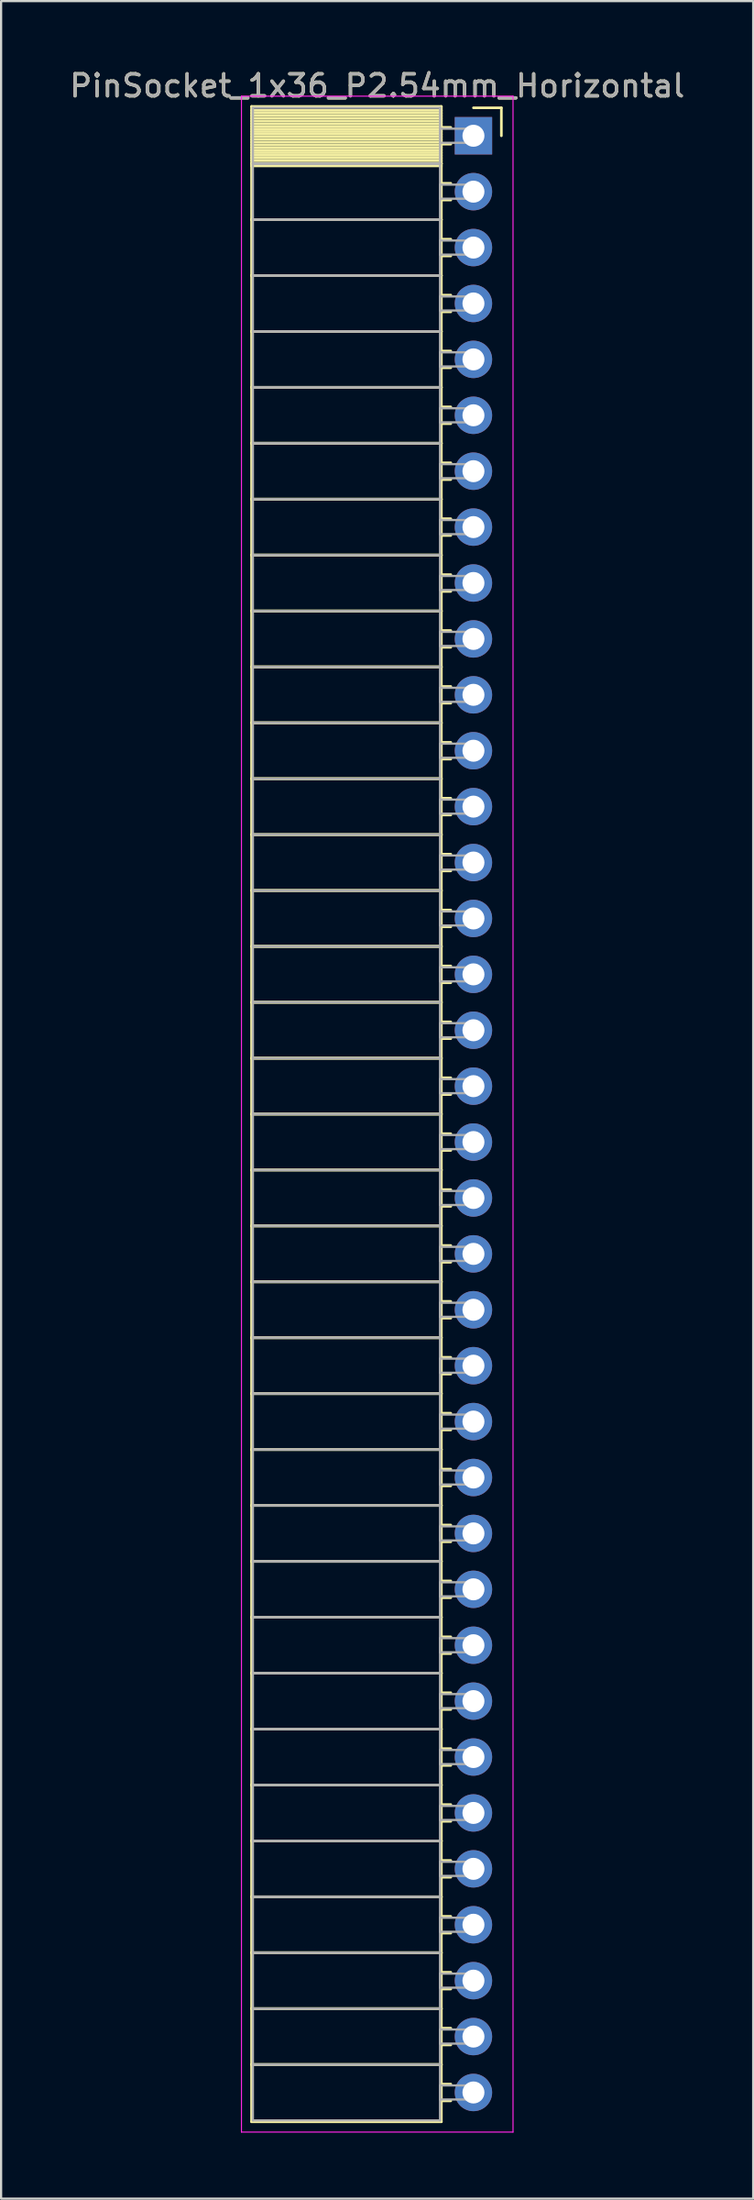
<source format=kicad_pcb>
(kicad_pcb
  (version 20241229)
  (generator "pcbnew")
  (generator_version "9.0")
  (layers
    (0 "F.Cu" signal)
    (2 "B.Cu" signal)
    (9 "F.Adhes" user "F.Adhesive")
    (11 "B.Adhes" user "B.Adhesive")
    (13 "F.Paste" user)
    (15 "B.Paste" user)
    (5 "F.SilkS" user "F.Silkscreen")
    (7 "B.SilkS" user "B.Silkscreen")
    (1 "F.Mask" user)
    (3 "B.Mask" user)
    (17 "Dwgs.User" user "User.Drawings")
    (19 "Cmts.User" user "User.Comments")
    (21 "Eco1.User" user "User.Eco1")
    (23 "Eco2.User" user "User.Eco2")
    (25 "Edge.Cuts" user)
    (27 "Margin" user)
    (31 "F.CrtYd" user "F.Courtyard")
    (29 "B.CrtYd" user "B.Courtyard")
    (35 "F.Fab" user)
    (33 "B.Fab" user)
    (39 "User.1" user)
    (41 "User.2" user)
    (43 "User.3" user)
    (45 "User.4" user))
  (footprint "PinSocket_1x36_P2.54mm_Horizontal"
    (layer "F.Cu")
    (at 18.481 3.118)
    (property "Reference" "PinSocket_1x36_P2.54mm_Horizontal" (at -4.38 -2.27 0) (layer "F.SilkS") (effects (font (size 1 1) (thickness 0.15))))
    (attr through_hole)
    (fp_line (start -10.09 -1.33) (end -1.46 -1.33) (stroke (width 0.12) (type solid)) (layer "F.SilkS"))
    (fp_line (start -10.09 1.27) (end -10.09 -1.33) (stroke (width 0.12) (type solid)) (layer "F.SilkS"))
    (fp_line (start -10.09 1.27) (end -1.46 1.27) (stroke (width 0.12) (type solid)) (layer "F.SilkS"))
    (fp_line (start -10.09 3.81) (end -10.09 1.27) (stroke (width 0.12) (type solid)) (layer "F.SilkS"))
    (fp_line (start -10.09 3.81) (end -1.46 3.81) (stroke (width 0.12) (type solid)) (layer "F.SilkS"))
    (fp_line (start -10.09 6.35) (end -10.09 3.81) (stroke (width 0.12) (type solid)) (layer "F.SilkS"))
    (fp_line (start -10.09 6.35) (end -1.46 6.35) (stroke (width 0.12) (type solid)) (layer "F.SilkS"))
    (fp_line (start -10.09 8.89) (end -10.09 6.35) (stroke (width 0.12) (type solid)) (layer "F.SilkS"))
    (fp_line (start -10.09 8.89) (end -1.46 8.89) (stroke (width 0.12) (type solid)) (layer "F.SilkS"))
    (fp_line (start -10.09 11.43) (end -10.09 8.89) (stroke (width 0.12) (type solid)) (layer "F.SilkS"))
    (fp_line (start -10.09 11.43) (end -1.46 11.43) (stroke (width 0.12) (type solid)) (layer "F.SilkS"))
    (fp_line (start -10.09 13.97) (end -10.09 11.43) (stroke (width 0.12) (type solid)) (layer "F.SilkS"))
    (fp_line (start -10.09 13.97) (end -1.46 13.97) (stroke (width 0.12) (type solid)) (layer "F.SilkS"))
    (fp_line (start -10.09 16.51) (end -10.09 13.97) (stroke (width 0.12) (type solid)) (layer "F.SilkS"))
    (fp_line (start -10.09 16.51) (end -1.46 16.51) (stroke (width 0.12) (type solid)) (layer "F.SilkS"))
    (fp_line (start -10.09 19.05) (end -10.09 16.51) (stroke (width 0.12) (type solid)) (layer "F.SilkS"))
    (fp_line (start -10.09 19.05) (end -1.46 19.05) (stroke (width 0.12) (type solid)) (layer "F.SilkS"))
    (fp_line (start -10.09 21.59) (end -10.09 19.05) (stroke (width 0.12) (type solid)) (layer "F.SilkS"))
    (fp_line (start -10.09 21.59) (end -1.46 21.59) (stroke (width 0.12) (type solid)) (layer "F.SilkS"))
    (fp_line (start -10.09 24.13) (end -10.09 21.59) (stroke (width 0.12) (type solid)) (layer "F.SilkS"))
    (fp_line (start -10.09 24.13) (end -1.46 24.13) (stroke (width 0.12) (type solid)) (layer "F.SilkS"))
    (fp_line (start -10.09 26.67) (end -10.09 24.13) (stroke (width 0.12) (type solid)) (layer "F.SilkS"))
    (fp_line (start -10.09 26.67) (end -1.46 26.67) (stroke (width 0.12) (type solid)) (layer "F.SilkS"))
    (fp_line (start -10.09 29.21) (end -10.09 26.67) (stroke (width 0.12) (type solid)) (layer "F.SilkS"))
    (fp_line (start -10.09 29.21) (end -1.46 29.21) (stroke (width 0.12) (type solid)) (layer "F.SilkS"))
    (fp_line (start -10.09 31.75) (end -10.09 29.21) (stroke (width 0.12) (type solid)) (layer "F.SilkS"))
    (fp_line (start -10.09 31.75) (end -1.46 31.75) (stroke (width 0.12) (type solid)) (layer "F.SilkS"))
    (fp_line (start -10.09 34.29) (end -10.09 31.75) (stroke (width 0.12) (type solid)) (layer "F.SilkS"))
    (fp_line (start -10.09 34.29) (end -1.46 34.29) (stroke (width 0.12) (type solid)) (layer "F.SilkS"))
    (fp_line (start -10.09 36.83) (end -10.09 34.29) (stroke (width 0.12) (type solid)) (layer "F.SilkS"))
    (fp_line (start -10.09 36.83) (end -1.46 36.83) (stroke (width 0.12) (type solid)) (layer "F.SilkS"))
    (fp_line (start -10.09 39.37) (end -10.09 36.83) (stroke (width 0.12) (type solid)) (layer "F.SilkS"))
    (fp_line (start -10.09 39.37) (end -1.46 39.37) (stroke (width 0.12) (type solid)) (layer "F.SilkS"))
    (fp_line (start -10.09 41.91) (end -10.09 39.37) (stroke (width 0.12) (type solid)) (layer "F.SilkS"))
    (fp_line (start -10.09 41.91) (end -1.46 41.91) (stroke (width 0.12) (type solid)) (layer "F.SilkS"))
    (fp_line (start -10.09 44.45) (end -10.09 41.91) (stroke (width 0.12) (type solid)) (layer "F.SilkS"))
    (fp_line (start -10.09 44.45) (end -1.46 44.45) (stroke (width 0.12) (type solid)) (layer "F.SilkS"))
    (fp_line (start -10.09 46.99) (end -10.09 44.45) (stroke (width 0.12) (type solid)) (layer "F.SilkS"))
    (fp_line (start -10.09 46.99) (end -1.46 46.99) (stroke (width 0.12) (type solid)) (layer "F.SilkS"))
    (fp_line (start -10.09 49.53) (end -10.09 46.99) (stroke (width 0.12) (type solid)) (layer "F.SilkS"))
    (fp_line (start -10.09 49.53) (end -1.46 49.53) (stroke (width 0.12) (type solid)) (layer "F.SilkS"))
    (fp_line (start -10.09 52.07) (end -10.09 49.53) (stroke (width 0.12) (type solid)) (layer "F.SilkS"))
    (fp_line (start -10.09 52.07) (end -1.46 52.07) (stroke (width 0.12) (type solid)) (layer "F.SilkS"))
    (fp_line (start -10.09 54.61) (end -10.09 52.07) (stroke (width 0.12) (type solid)) (layer "F.SilkS"))
    (fp_line (start -10.09 54.61) (end -1.46 54.61) (stroke (width 0.12) (type solid)) (layer "F.SilkS"))
    (fp_line (start -10.09 57.15) (end -10.09 54.61) (stroke (width 0.12) (type solid)) (layer "F.SilkS"))
    (fp_line (start -10.09 57.15) (end -1.46 57.15) (stroke (width 0.12) (type solid)) (layer "F.SilkS"))
    (fp_line (start -10.09 59.69) (end -10.09 57.15) (stroke (width 0.12) (type solid)) (layer "F.SilkS"))
    (fp_line (start -10.09 59.69) (end -1.46 59.69) (stroke (width 0.12) (type solid)) (layer "F.SilkS"))
    (fp_line (start -10.09 62.23) (end -10.09 59.69) (stroke (width 0.12) (type solid)) (layer "F.SilkS"))
    (fp_line (start -10.09 62.23) (end -1.46 62.23) (stroke (width 0.12) (type solid)) (layer "F.SilkS"))
    (fp_line (start -10.09 64.77) (end -10.09 62.23) (stroke (width 0.12) (type solid)) (layer "F.SilkS"))
    (fp_line (start -10.09 64.77) (end -1.46 64.77) (stroke (width 0.12) (type solid)) (layer "F.SilkS"))
    (fp_line (start -10.09 67.31) (end -10.09 64.77) (stroke (width 0.12) (type solid)) (layer "F.SilkS"))
    (fp_line (start -10.09 67.31) (end -1.46 67.31) (stroke (width 0.12) (type solid)) (layer "F.SilkS"))
    (fp_line (start -10.09 69.85) (end -10.09 67.31) (stroke (width 0.12) (type solid)) (layer "F.SilkS"))
    (fp_line (start -10.09 69.85) (end -1.46 69.85) (stroke (width 0.12) (type solid)) (layer "F.SilkS"))
    (fp_line (start -10.09 72.39) (end -10.09 69.85) (stroke (width 0.12) (type solid)) (layer "F.SilkS"))
    (fp_line (start -10.09 72.39) (end -1.46 72.39) (stroke (width 0.12) (type solid)) (layer "F.SilkS"))
    (fp_line (start -10.09 74.93) (end -10.09 72.39) (stroke (width 0.12) (type solid)) (layer "F.SilkS"))
    (fp_line (start -10.09 74.93) (end -1.46 74.93) (stroke (width 0.12) (type solid)) (layer "F.SilkS"))
    (fp_line (start -10.09 77.47) (end -10.09 74.93) (stroke (width 0.12) (type solid)) (layer "F.SilkS"))
    (fp_line (start -10.09 77.47) (end -1.46 77.47) (stroke (width 0.12) (type solid)) (layer "F.SilkS"))
    (fp_line (start -10.09 80.01) (end -10.09 77.47) (stroke (width 0.12) (type solid)) (layer "F.SilkS"))
    (fp_line (start -10.09 80.01) (end -1.46 80.01) (stroke (width 0.12) (type solid)) (layer "F.SilkS"))
    (fp_line (start -10.09 82.55) (end -10.09 80.01) (stroke (width 0.12) (type solid)) (layer "F.SilkS"))
    (fp_line (start -10.09 82.55) (end -1.46 82.55) (stroke (width 0.12) (type solid)) (layer "F.SilkS"))
    (fp_line (start -10.09 85.09) (end -10.09 82.55) (stroke (width 0.12) (type solid)) (layer "F.SilkS"))
    (fp_line (start -10.09 85.09) (end -1.46 85.09) (stroke (width 0.12) (type solid)) (layer "F.SilkS"))
    (fp_line (start -10.09 87.63) (end -10.09 85.09) (stroke (width 0.12) (type solid)) (layer "F.SilkS"))
    (fp_line (start -10.09 87.63) (end -1.46 87.63) (stroke (width 0.12) (type solid)) (layer "F.SilkS"))
    (fp_line (start -10.09 90.23) (end -10.09 87.63) (stroke (width 0.12) (type solid)) (layer "F.SilkS"))
    (fp_line (start -1.46 -1.33) (end -1.46 1.27) (stroke (width 0.12) (type solid)) (layer "F.SilkS"))
    (fp_line (start -1.46 -1.15) (end -10.09 -1.15) (stroke (width 0.12) (type solid)) (layer "F.SilkS"))
    (fp_line (start -1.46 -1.03) (end -10.09 -1.03) (stroke (width 0.12) (type solid)) (layer "F.SilkS"))
    (fp_line (start -1.46 -0.91) (end -10.09 -0.91) (stroke (width 0.12) (type solid)) (layer "F.SilkS"))
    (fp_line (start -1.46 -0.79) (end -10.09 -0.79) (stroke (width 0.12) (type solid)) (layer "F.SilkS"))
    (fp_line (start -1.46 -0.67) (end -10.09 -0.67) (stroke (width 0.12) (type solid)) (layer "F.SilkS"))
    (fp_line (start -1.46 -0.55) (end -10.09 -0.55) (stroke (width 0.12) (type solid)) (layer "F.SilkS"))
    (fp_line (start -1.46 -0.43) (end -10.09 -0.43) (stroke (width 0.12) (type solid)) (layer "F.SilkS"))
    (fp_line (start -1.46 -0.31) (end -10.09 -0.31) (stroke (width 0.12) (type solid)) (layer "F.SilkS"))
    (fp_line (start -1.46 -0.19) (end -10.09 -0.19) (stroke (width 0.12) (type solid)) (layer "F.SilkS"))
    (fp_line (start -1.46 -0.07) (end -10.09 -0.07) (stroke (width 0.12) (type solid)) (layer "F.SilkS"))
    (fp_line (start -1.46 0.05) (end -10.09 0.05) (stroke (width 0.12) (type solid)) (layer "F.SilkS"))
    (fp_line (start -1.46 0.17) (end -10.09 0.17) (stroke (width 0.12) (type solid)) (layer "F.SilkS"))
    (fp_line (start -1.46 0.29) (end -10.09 0.29) (stroke (width 0.12) (type solid)) (layer "F.SilkS"))
    (fp_line (start -1.46 0.41) (end -10.09 0.41) (stroke (width 0.12) (type solid)) (layer "F.SilkS"))
    (fp_line (start -1.46 0.53) (end -10.09 0.53) (stroke (width 0.12) (type solid)) (layer "F.SilkS"))
    (fp_line (start -1.46 0.65) (end -10.09 0.65) (stroke (width 0.12) (type solid)) (layer "F.SilkS"))
    (fp_line (start -1.46 0.77) (end -10.09 0.77) (stroke (width 0.12) (type solid)) (layer "F.SilkS"))
    (fp_line (start -1.46 0.89) (end -10.09 0.89) (stroke (width 0.12) (type solid)) (layer "F.SilkS"))
    (fp_line (start -1.46 1.01) (end -10.09 1.01) (stroke (width 0.12) (type solid)) (layer "F.SilkS"))
    (fp_line (start -1.46 1.13) (end -10.09 1.13) (stroke (width 0.12) (type solid)) (layer "F.SilkS"))
    (fp_line (start -1.46 1.25) (end -10.09 1.25) (stroke (width 0.12) (type solid)) (layer "F.SilkS"))
    (fp_line (start -1.46 1.27) (end -10.09 1.27) (stroke (width 0.12) (type solid)) (layer "F.SilkS"))
    (fp_line (start -1.46 1.27) (end -1.46 3.81) (stroke (width 0.12) (type solid)) (layer "F.SilkS"))
    (fp_line (start -1.46 1.37) (end -10.09 1.37) (stroke (width 0.12) (type solid)) (layer "F.SilkS"))
    (fp_line (start -1.46 3.81) (end -10.09 3.81) (stroke (width 0.12) (type solid)) (layer "F.SilkS"))
    (fp_line (start -1.46 3.81) (end -1.46 6.35) (stroke (width 0.12) (type solid)) (layer "F.SilkS"))
    (fp_line (start -1.46 6.35) (end -10.09 6.35) (stroke (width 0.12) (type solid)) (layer "F.SilkS"))
    (fp_line (start -1.46 6.35) (end -1.46 8.89) (stroke (width 0.12) (type solid)) (layer "F.SilkS"))
    (fp_line (start -1.46 8.89) (end -10.09 8.89) (stroke (width 0.12) (type solid)) (layer "F.SilkS"))
    (fp_line (start -1.46 8.89) (end -1.46 11.43) (stroke (width 0.12) (type solid)) (layer "F.SilkS"))
    (fp_line (start -1.46 11.43) (end -10.09 11.43) (stroke (width 0.12) (type solid)) (layer "F.SilkS"))
    (fp_line (start -1.46 11.43) (end -1.46 13.97) (stroke (width 0.12) (type solid)) (layer "F.SilkS"))
    (fp_line (start -1.46 13.97) (end -10.09 13.97) (stroke (width 0.12) (type solid)) (layer "F.SilkS"))
    (fp_line (start -1.46 13.97) (end -1.46 16.51) (stroke (width 0.12) (type solid)) (layer "F.SilkS"))
    (fp_line (start -1.46 16.51) (end -10.09 16.51) (stroke (width 0.12) (type solid)) (layer "F.SilkS"))
    (fp_line (start -1.46 16.51) (end -1.46 19.05) (stroke (width 0.12) (type solid)) (layer "F.SilkS"))
    (fp_line (start -1.46 19.05) (end -10.09 19.05) (stroke (width 0.12) (type solid)) (layer "F.SilkS"))
    (fp_line (start -1.46 19.05) (end -1.46 21.59) (stroke (width 0.12) (type solid)) (layer "F.SilkS"))
    (fp_line (start -1.46 21.59) (end -10.09 21.59) (stroke (width 0.12) (type solid)) (layer "F.SilkS"))
    (fp_line (start -1.46 21.59) (end -1.46 24.13) (stroke (width 0.12) (type solid)) (layer "F.SilkS"))
    (fp_line (start -1.46 24.13) (end -10.09 24.13) (stroke (width 0.12) (type solid)) (layer "F.SilkS"))
    (fp_line (start -1.46 24.13) (end -1.46 26.67) (stroke (width 0.12) (type solid)) (layer "F.SilkS"))
    (fp_line (start -1.46 26.67) (end -10.09 26.67) (stroke (width 0.12) (type solid)) (layer "F.SilkS"))
    (fp_line (start -1.46 26.67) (end -1.46 29.21) (stroke (width 0.12) (type solid)) (layer "F.SilkS"))
    (fp_line (start -1.46 29.21) (end -10.09 29.21) (stroke (width 0.12) (type solid)) (layer "F.SilkS"))
    (fp_line (start -1.46 29.21) (end -1.46 31.75) (stroke (width 0.12) (type solid)) (layer "F.SilkS"))
    (fp_line (start -1.46 31.75) (end -10.09 31.75) (stroke (width 0.12) (type solid)) (layer "F.SilkS"))
    (fp_line (start -1.46 31.75) (end -1.46 34.29) (stroke (width 0.12) (type solid)) (layer "F.SilkS"))
    (fp_line (start -1.46 34.29) (end -10.09 34.29) (stroke (width 0.12) (type solid)) (layer "F.SilkS"))
    (fp_line (start -1.46 34.29) (end -1.46 36.83) (stroke (width 0.12) (type solid)) (layer "F.SilkS"))
    (fp_line (start -1.46 36.83) (end -10.09 36.83) (stroke (width 0.12) (type solid)) (layer "F.SilkS"))
    (fp_line (start -1.46 36.83) (end -1.46 39.37) (stroke (width 0.12) (type solid)) (layer "F.SilkS"))
    (fp_line (start -1.46 39.37) (end -10.09 39.37) (stroke (width 0.12) (type solid)) (layer "F.SilkS"))
    (fp_line (start -1.46 39.37) (end -1.46 41.91) (stroke (width 0.12) (type solid)) (layer "F.SilkS"))
    (fp_line (start -1.46 41.91) (end -10.09 41.91) (stroke (width 0.12) (type solid)) (layer "F.SilkS"))
    (fp_line (start -1.46 41.91) (end -1.46 44.45) (stroke (width 0.12) (type solid)) (layer "F.SilkS"))
    (fp_line (start -1.46 44.45) (end -10.09 44.45) (stroke (width 0.12) (type solid)) (layer "F.SilkS"))
    (fp_line (start -1.46 44.45) (end -1.46 46.99) (stroke (width 0.12) (type solid)) (layer "F.SilkS"))
    (fp_line (start -1.46 46.99) (end -10.09 46.99) (stroke (width 0.12) (type solid)) (layer "F.SilkS"))
    (fp_line (start -1.46 46.99) (end -1.46 49.53) (stroke (width 0.12) (type solid)) (layer "F.SilkS"))
    (fp_line (start -1.46 49.53) (end -10.09 49.53) (stroke (width 0.12) (type solid)) (layer "F.SilkS"))
    (fp_line (start -1.46 49.53) (end -1.46 52.07) (stroke (width 0.12) (type solid)) (layer "F.SilkS"))
    (fp_line (start -1.46 52.07) (end -10.09 52.07) (stroke (width 0.12) (type solid)) (layer "F.SilkS"))
    (fp_line (start -1.46 52.07) (end -1.46 54.61) (stroke (width 0.12) (type solid)) (layer "F.SilkS"))
    (fp_line (start -1.46 54.61) (end -10.09 54.61) (stroke (width 0.12) (type solid)) (layer "F.SilkS"))
    (fp_line (start -1.46 54.61) (end -1.46 57.15) (stroke (width 0.12) (type solid)) (layer "F.SilkS"))
    (fp_line (start -1.46 57.15) (end -10.09 57.15) (stroke (width 0.12) (type solid)) (layer "F.SilkS"))
    (fp_line (start -1.46 57.15) (end -1.46 59.69) (stroke (width 0.12) (type solid)) (layer "F.SilkS"))
    (fp_line (start -1.46 59.69) (end -10.09 59.69) (stroke (width 0.12) (type solid)) (layer "F.SilkS"))
    (fp_line (start -1.46 59.69) (end -1.46 62.23) (stroke (width 0.12) (type solid)) (layer "F.SilkS"))
    (fp_line (start -1.46 62.23) (end -10.09 62.23) (stroke (width 0.12) (type solid)) (layer "F.SilkS"))
    (fp_line (start -1.46 62.23) (end -1.46 64.77) (stroke (width 0.12) (type solid)) (layer "F.SilkS"))
    (fp_line (start -1.46 64.77) (end -10.09 64.77) (stroke (width 0.12) (type solid)) (layer "F.SilkS"))
    (fp_line (start -1.46 64.77) (end -1.46 67.31) (stroke (width 0.12) (type solid)) (layer "F.SilkS"))
    (fp_line (start -1.46 67.31) (end -10.09 67.31) (stroke (width 0.12) (type solid)) (layer "F.SilkS"))
    (fp_line (start -1.46 67.31) (end -1.46 69.85) (stroke (width 0.12) (type solid)) (layer "F.SilkS"))
    (fp_line (start -1.46 69.85) (end -10.09 69.85) (stroke (width 0.12) (type solid)) (layer "F.SilkS"))
    (fp_line (start -1.46 69.85) (end -1.46 72.39) (stroke (width 0.12) (type solid)) (layer "F.SilkS"))
    (fp_line (start -1.46 72.39) (end -10.09 72.39) (stroke (width 0.12) (type solid)) (layer "F.SilkS"))
    (fp_line (start -1.46 72.39) (end -1.46 74.93) (stroke (width 0.12) (type solid)) (layer "F.SilkS"))
    (fp_line (start -1.46 74.93) (end -10.09 74.93) (stroke (width 0.12) (type solid)) (layer "F.SilkS"))
    (fp_line (start -1.46 74.93) (end -1.46 77.47) (stroke (width 0.12) (type solid)) (layer "F.SilkS"))
    (fp_line (start -1.46 77.47) (end -10.09 77.47) (stroke (width 0.12) (type solid)) (layer "F.SilkS"))
    (fp_line (start -1.46 77.47) (end -1.46 80.01) (stroke (width 0.12) (type solid)) (layer "F.SilkS"))
    (fp_line (start -1.46 80.01) (end -10.09 80.01) (stroke (width 0.12) (type solid)) (layer "F.SilkS"))
    (fp_line (start -1.46 80.01) (end -1.46 82.55) (stroke (width 0.12) (type solid)) (layer "F.SilkS"))
    (fp_line (start -1.46 82.55) (end -10.09 82.55) (stroke (width 0.12) (type solid)) (layer "F.SilkS"))
    (fp_line (start -1.46 82.55) (end -1.46 85.09) (stroke (width 0.12) (type solid)) (layer "F.SilkS"))
    (fp_line (start -1.46 85.09) (end -10.09 85.09) (stroke (width 0.12) (type solid)) (layer "F.SilkS"))
    (fp_line (start -1.46 85.09) (end -1.46 87.63) (stroke (width 0.12) (type solid)) (layer "F.SilkS"))
    (fp_line (start -1.46 87.63) (end -10.09 87.63) (stroke (width 0.12) (type solid)) (layer "F.SilkS"))
    (fp_line (start -1.46 87.63) (end -1.46 90.23) (stroke (width 0.12) (type solid)) (layer "F.SilkS"))
    (fp_line (start -1.46 90.23) (end -10.09 90.23) (stroke (width 0.12) (type solid)) (layer "F.SilkS"))
    (fp_line (start -1.03 -0.38) (end -1.46 -0.38) (stroke (width 0.12) (type solid)) (layer "F.SilkS"))
    (fp_line (start -1.03 0.38) (end -1.46 0.38) (stroke (width 0.12) (type solid)) (layer "F.SilkS"))
    (fp_line (start -1.03 2.16) (end -1.46 2.16) (stroke (width 0.12) (type solid)) (layer "F.SilkS"))
    (fp_line (start -1.03 2.92) (end -1.46 2.92) (stroke (width 0.12) (type solid)) (layer "F.SilkS"))
    (fp_line (start -1.03 4.7) (end -1.46 4.7) (stroke (width 0.12) (type solid)) (layer "F.SilkS"))
    (fp_line (start -1.03 5.46) (end -1.46 5.46) (stroke (width 0.12) (type solid)) (layer "F.SilkS"))
    (fp_line (start -1.03 7.24) (end -1.46 7.24) (stroke (width 0.12) (type solid)) (layer "F.SilkS"))
    (fp_line (start -1.03 8) (end -1.46 8) (stroke (width 0.12) (type solid)) (layer "F.SilkS"))
    (fp_line (start -1.03 9.78) (end -1.46 9.78) (stroke (width 0.12) (type solid)) (layer "F.SilkS"))
    (fp_line (start -1.03 10.54) (end -1.46 10.54) (stroke (width 0.12) (type solid)) (layer "F.SilkS"))
    (fp_line (start -1.03 12.32) (end -1.46 12.32) (stroke (width 0.12) (type solid)) (layer "F.SilkS"))
    (fp_line (start -1.03 13.08) (end -1.46 13.08) (stroke (width 0.12) (type solid)) (layer "F.SilkS"))
    (fp_line (start -1.03 14.86) (end -1.46 14.86) (stroke (width 0.12) (type solid)) (layer "F.SilkS"))
    (fp_line (start -1.03 15.62) (end -1.46 15.62) (stroke (width 0.12) (type solid)) (layer "F.SilkS"))
    (fp_line (start -1.03 17.4) (end -1.46 17.4) (stroke (width 0.12) (type solid)) (layer "F.SilkS"))
    (fp_line (start -1.03 18.16) (end -1.46 18.16) (stroke (width 0.12) (type solid)) (layer "F.SilkS"))
    (fp_line (start -1.03 19.94) (end -1.46 19.94) (stroke (width 0.12) (type solid)) (layer "F.SilkS"))
    (fp_line (start -1.03 20.7) (end -1.46 20.7) (stroke (width 0.12) (type solid)) (layer "F.SilkS"))
    (fp_line (start -1.03 22.48) (end -1.46 22.48) (stroke (width 0.12) (type solid)) (layer "F.SilkS"))
    (fp_line (start -1.03 23.24) (end -1.46 23.24) (stroke (width 0.12) (type solid)) (layer "F.SilkS"))
    (fp_line (start -1.03 25.02) (end -1.46 25.02) (stroke (width 0.12) (type solid)) (layer "F.SilkS"))
    (fp_line (start -1.03 25.78) (end -1.46 25.78) (stroke (width 0.12) (type solid)) (layer "F.SilkS"))
    (fp_line (start -1.03 27.56) (end -1.46 27.56) (stroke (width 0.12) (type solid)) (layer "F.SilkS"))
    (fp_line (start -1.03 28.32) (end -1.46 28.32) (stroke (width 0.12) (type solid)) (layer "F.SilkS"))
    (fp_line (start -1.03 30.1) (end -1.46 30.1) (stroke (width 0.12) (type solid)) (layer "F.SilkS"))
    (fp_line (start -1.03 30.86) (end -1.46 30.86) (stroke (width 0.12) (type solid)) (layer "F.SilkS"))
    (fp_line (start -1.03 32.64) (end -1.46 32.64) (stroke (width 0.12) (type solid)) (layer "F.SilkS"))
    (fp_line (start -1.03 33.4) (end -1.46 33.4) (stroke (width 0.12) (type solid)) (layer "F.SilkS"))
    (fp_line (start -1.03 35.18) (end -1.46 35.18) (stroke (width 0.12) (type solid)) (layer "F.SilkS"))
    (fp_line (start -1.03 35.94) (end -1.46 35.94) (stroke (width 0.12) (type solid)) (layer "F.SilkS"))
    (fp_line (start -1.03 37.72) (end -1.46 37.72) (stroke (width 0.12) (type solid)) (layer "F.SilkS"))
    (fp_line (start -1.03 38.48) (end -1.46 38.48) (stroke (width 0.12) (type solid)) (layer "F.SilkS"))
    (fp_line (start -1.03 40.26) (end -1.46 40.26) (stroke (width 0.12) (type solid)) (layer "F.SilkS"))
    (fp_line (start -1.03 41.02) (end -1.46 41.02) (stroke (width 0.12) (type solid)) (layer "F.SilkS"))
    (fp_line (start -1.03 42.8) (end -1.46 42.8) (stroke (width 0.12) (type solid)) (layer "F.SilkS"))
    (fp_line (start -1.03 43.56) (end -1.46 43.56) (stroke (width 0.12) (type solid)) (layer "F.SilkS"))
    (fp_line (start -1.03 45.34) (end -1.46 45.34) (stroke (width 0.12) (type solid)) (layer "F.SilkS"))
    (fp_line (start -1.03 46.1) (end -1.46 46.1) (stroke (width 0.12) (type solid)) (layer "F.SilkS"))
    (fp_line (start -1.03 47.88) (end -1.46 47.88) (stroke (width 0.12) (type solid)) (layer "F.SilkS"))
    (fp_line (start -1.03 48.64) (end -1.46 48.64) (stroke (width 0.12) (type solid)) (layer "F.SilkS"))
    (fp_line (start -1.03 50.42) (end -1.46 50.42) (stroke (width 0.12) (type solid)) (layer "F.SilkS"))
    (fp_line (start -1.03 51.18) (end -1.46 51.18) (stroke (width 0.12) (type solid)) (layer "F.SilkS"))
    (fp_line (start -1.03 52.96) (end -1.46 52.96) (stroke (width 0.12) (type solid)) (layer "F.SilkS"))
    (fp_line (start -1.03 53.72) (end -1.46 53.72) (stroke (width 0.12) (type solid)) (layer "F.SilkS"))
    (fp_line (start -1.03 55.5) (end -1.46 55.5) (stroke (width 0.12) (type solid)) (layer "F.SilkS"))
    (fp_line (start -1.03 56.26) (end -1.46 56.26) (stroke (width 0.12) (type solid)) (layer "F.SilkS"))
    (fp_line (start -1.03 58.04) (end -1.46 58.04) (stroke (width 0.12) (type solid)) (layer "F.SilkS"))
    (fp_line (start -1.03 58.8) (end -1.46 58.8) (stroke (width 0.12) (type solid)) (layer "F.SilkS"))
    (fp_line (start -1.03 60.58) (end -1.46 60.58) (stroke (width 0.12) (type solid)) (layer "F.SilkS"))
    (fp_line (start -1.03 61.34) (end -1.46 61.34) (stroke (width 0.12) (type solid)) (layer "F.SilkS"))
    (fp_line (start -1.03 63.12) (end -1.46 63.12) (stroke (width 0.12) (type solid)) (layer "F.SilkS"))
    (fp_line (start -1.03 63.88) (end -1.46 63.88) (stroke (width 0.12) (type solid)) (layer "F.SilkS"))
    (fp_line (start -1.03 65.66) (end -1.46 65.66) (stroke (width 0.12) (type solid)) (layer "F.SilkS"))
    (fp_line (start -1.03 66.42) (end -1.46 66.42) (stroke (width 0.12) (type solid)) (layer "F.SilkS"))
    (fp_line (start -1.03 68.2) (end -1.46 68.2) (stroke (width 0.12) (type solid)) (layer "F.SilkS"))
    (fp_line (start -1.03 68.96) (end -1.46 68.96) (stroke (width 0.12) (type solid)) (layer "F.SilkS"))
    (fp_line (start -1.03 70.74) (end -1.46 70.74) (stroke (width 0.12) (type solid)) (layer "F.SilkS"))
    (fp_line (start -1.03 71.5) (end -1.46 71.5) (stroke (width 0.12) (type solid)) (layer "F.SilkS"))
    (fp_line (start -1.03 73.28) (end -1.46 73.28) (stroke (width 0.12) (type solid)) (layer "F.SilkS"))
    (fp_line (start -1.03 74.04) (end -1.46 74.04) (stroke (width 0.12) (type solid)) (layer "F.SilkS"))
    (fp_line (start -1.03 75.82) (end -1.46 75.82) (stroke (width 0.12) (type solid)) (layer "F.SilkS"))
    (fp_line (start -1.03 76.58) (end -1.46 76.58) (stroke (width 0.12) (type solid)) (layer "F.SilkS"))
    (fp_line (start -1.03 78.36) (end -1.46 78.36) (stroke (width 0.12) (type solid)) (layer "F.SilkS"))
    (fp_line (start -1.03 79.12) (end -1.46 79.12) (stroke (width 0.12) (type solid)) (layer "F.SilkS"))
    (fp_line (start -1.03 80.9) (end -1.46 80.9) (stroke (width 0.12) (type solid)) (layer "F.SilkS"))
    (fp_line (start -1.03 81.66) (end -1.46 81.66) (stroke (width 0.12) (type solid)) (layer "F.SilkS"))
    (fp_line (start -1.03 83.44) (end -1.46 83.44) (stroke (width 0.12) (type solid)) (layer "F.SilkS"))
    (fp_line (start -1.03 84.2) (end -1.46 84.2) (stroke (width 0.12) (type solid)) (layer "F.SilkS"))
    (fp_line (start -1.03 85.98) (end -1.46 85.98) (stroke (width 0.12) (type solid)) (layer "F.SilkS"))
    (fp_line (start -1.03 86.74) (end -1.46 86.74) (stroke (width 0.12) (type solid)) (layer "F.SilkS"))
    (fp_line (start -1.03 88.52) (end -1.46 88.52) (stroke (width 0.12) (type solid)) (layer "F.SilkS"))
    (fp_line (start -1.03 89.28) (end -1.46 89.28) (stroke (width 0.12) (type solid)) (layer "F.SilkS"))
    (fp_line (start 0 -1.27) (end 1.27 -1.27) (stroke (width 0.12) (type solid)) (layer "F.SilkS"))
    (fp_line (start 1.27 -1.27) (end 1.27 0) (stroke (width 0.12) (type solid)) (layer "F.SilkS"))
    (fp_line (start -10.55 -1.8) (end 1.8 -1.8) (stroke (width 0.05) (type solid)) (layer "F.CrtYd"))
    (fp_line (start -10.55 90.7) (end -10.55 -1.8) (stroke (width 0.05) (type solid)) (layer "F.CrtYd"))
    (fp_line (start 1.8 -1.8) (end 1.8 90.7) (stroke (width 0.05) (type solid)) (layer "F.CrtYd"))
    (fp_line (start 1.8 90.7) (end -10.55 90.7) (stroke (width 0.05) (type solid)) (layer "F.CrtYd"))
    (fp_line (start -10.03 -1.27) (end -1.52 -1.27) (stroke (width 0.1) (type solid)) (layer "F.Fab"))
    (fp_line (start -10.03 1.27) (end -10.03 -1.27) (stroke (width 0.1) (type solid)) (layer "F.Fab"))
    (fp_line (start -10.03 1.27) (end -1.52 1.27) (stroke (width 0.1) (type solid)) (layer "F.Fab"))
    (fp_line (start -10.03 3.81) (end -10.03 1.27) (stroke (width 0.1) (type solid)) (layer "F.Fab"))
    (fp_line (start -10.03 3.81) (end -1.52 3.81) (stroke (width 0.1) (type solid)) (layer "F.Fab"))
    (fp_line (start -10.03 6.35) (end -10.03 3.81) (stroke (width 0.1) (type solid)) (layer "F.Fab"))
    (fp_line (start -10.03 6.35) (end -1.52 6.35) (stroke (width 0.1) (type solid)) (layer "F.Fab"))
    (fp_line (start -10.03 8.89) (end -10.03 6.35) (stroke (width 0.1) (type solid)) (layer "F.Fab"))
    (fp_line (start -10.03 8.89) (end -1.52 8.89) (stroke (width 0.1) (type solid)) (layer "F.Fab"))
    (fp_line (start -10.03 11.43) (end -10.03 8.89) (stroke (width 0.1) (type solid)) (layer "F.Fab"))
    (fp_line (start -10.03 11.43) (end -1.52 11.43) (stroke (width 0.1) (type solid)) (layer "F.Fab"))
    (fp_line (start -10.03 13.97) (end -10.03 11.43) (stroke (width 0.1) (type solid)) (layer "F.Fab"))
    (fp_line (start -10.03 13.97) (end -1.52 13.97) (stroke (width 0.1) (type solid)) (layer "F.Fab"))
    (fp_line (start -10.03 16.51) (end -10.03 13.97) (stroke (width 0.1) (type solid)) (layer "F.Fab"))
    (fp_line (start -10.03 16.51) (end -1.52 16.51) (stroke (width 0.1) (type solid)) (layer "F.Fab"))
    (fp_line (start -10.03 19.05) (end -10.03 16.51) (stroke (width 0.1) (type solid)) (layer "F.Fab"))
    (fp_line (start -10.03 19.05) (end -1.52 19.05) (stroke (width 0.1) (type solid)) (layer "F.Fab"))
    (fp_line (start -10.03 21.59) (end -10.03 19.05) (stroke (width 0.1) (type solid)) (layer "F.Fab"))
    (fp_line (start -10.03 21.59) (end -1.52 21.59) (stroke (width 0.1) (type solid)) (layer "F.Fab"))
    (fp_line (start -10.03 24.13) (end -10.03 21.59) (stroke (width 0.1) (type solid)) (layer "F.Fab"))
    (fp_line (start -10.03 24.13) (end -1.52 24.13) (stroke (width 0.1) (type solid)) (layer "F.Fab"))
    (fp_line (start -10.03 26.67) (end -10.03 24.13) (stroke (width 0.1) (type solid)) (layer "F.Fab"))
    (fp_line (start -10.03 26.67) (end -1.52 26.67) (stroke (width 0.1) (type solid)) (layer "F.Fab"))
    (fp_line (start -10.03 29.21) (end -10.03 26.67) (stroke (width 0.1) (type solid)) (layer "F.Fab"))
    (fp_line (start -10.03 29.21) (end -1.52 29.21) (stroke (width 0.1) (type solid)) (layer "F.Fab"))
    (fp_line (start -10.03 31.75) (end -10.03 29.21) (stroke (width 0.1) (type solid)) (layer "F.Fab"))
    (fp_line (start -10.03 31.75) (end -1.52 31.75) (stroke (width 0.1) (type solid)) (layer "F.Fab"))
    (fp_line (start -10.03 34.29) (end -10.03 31.75) (stroke (width 0.1) (type solid)) (layer "F.Fab"))
    (fp_line (start -10.03 34.29) (end -1.52 34.29) (stroke (width 0.1) (type solid)) (layer "F.Fab"))
    (fp_line (start -10.03 36.83) (end -10.03 34.29) (stroke (width 0.1) (type solid)) (layer "F.Fab"))
    (fp_line (start -10.03 36.83) (end -1.52 36.83) (stroke (width 0.1) (type solid)) (layer "F.Fab"))
    (fp_line (start -10.03 39.37) (end -10.03 36.83) (stroke (width 0.1) (type solid)) (layer "F.Fab"))
    (fp_line (start -10.03 39.37) (end -1.52 39.37) (stroke (width 0.1) (type solid)) (layer "F.Fab"))
    (fp_line (start -10.03 41.91) (end -10.03 39.37) (stroke (width 0.1) (type solid)) (layer "F.Fab"))
    (fp_line (start -10.03 41.91) (end -1.52 41.91) (stroke (width 0.1) (type solid)) (layer "F.Fab"))
    (fp_line (start -10.03 44.45) (end -10.03 41.91) (stroke (width 0.1) (type solid)) (layer "F.Fab"))
    (fp_line (start -10.03 44.45) (end -1.52 44.45) (stroke (width 0.1) (type solid)) (layer "F.Fab"))
    (fp_line (start -10.03 46.99) (end -10.03 44.45) (stroke (width 0.1) (type solid)) (layer "F.Fab"))
    (fp_line (start -10.03 46.99) (end -1.52 46.99) (stroke (width 0.1) (type solid)) (layer "F.Fab"))
    (fp_line (start -10.03 49.53) (end -10.03 46.99) (stroke (width 0.1) (type solid)) (layer "F.Fab"))
    (fp_line (start -10.03 49.53) (end -1.52 49.53) (stroke (width 0.1) (type solid)) (layer "F.Fab"))
    (fp_line (start -10.03 52.07) (end -10.03 49.53) (stroke (width 0.1) (type solid)) (layer "F.Fab"))
    (fp_line (start -10.03 52.07) (end -1.52 52.07) (stroke (width 0.1) (type solid)) (layer "F.Fab"))
    (fp_line (start -10.03 54.61) (end -10.03 52.07) (stroke (width 0.1) (type solid)) (layer "F.Fab"))
    (fp_line (start -10.03 54.61) (end -1.52 54.61) (stroke (width 0.1) (type solid)) (layer "F.Fab"))
    (fp_line (start -10.03 57.15) (end -10.03 54.61) (stroke (width 0.1) (type solid)) (layer "F.Fab"))
    (fp_line (start -10.03 57.15) (end -1.52 57.15) (stroke (width 0.1) (type solid)) (layer "F.Fab"))
    (fp_line (start -10.03 59.69) (end -10.03 57.15) (stroke (width 0.1) (type solid)) (layer "F.Fab"))
    (fp_line (start -10.03 59.69) (end -1.52 59.69) (stroke (width 0.1) (type solid)) (layer "F.Fab"))
    (fp_line (start -10.03 62.23) (end -10.03 59.69) (stroke (width 0.1) (type solid)) (layer "F.Fab"))
    (fp_line (start -10.03 62.23) (end -1.52 62.23) (stroke (width 0.1) (type solid)) (layer "F.Fab"))
    (fp_line (start -10.03 64.77) (end -10.03 62.23) (stroke (width 0.1) (type solid)) (layer "F.Fab"))
    (fp_line (start -10.03 64.77) (end -1.52 64.77) (stroke (width 0.1) (type solid)) (layer "F.Fab"))
    (fp_line (start -10.03 67.31) (end -10.03 64.77) (stroke (width 0.1) (type solid)) (layer "F.Fab"))
    (fp_line (start -10.03 67.31) (end -1.52 67.31) (stroke (width 0.1) (type solid)) (layer "F.Fab"))
    (fp_line (start -10.03 69.85) (end -10.03 67.31) (stroke (width 0.1) (type solid)) (layer "F.Fab"))
    (fp_line (start -10.03 69.85) (end -1.52 69.85) (stroke (width 0.1) (type solid)) (layer "F.Fab"))
    (fp_line (start -10.03 72.39) (end -10.03 69.85) (stroke (width 0.1) (type solid)) (layer "F.Fab"))
    (fp_line (start -10.03 72.39) (end -1.52 72.39) (stroke (width 0.1) (type solid)) (layer "F.Fab"))
    (fp_line (start -10.03 74.93) (end -10.03 72.39) (stroke (width 0.1) (type solid)) (layer "F.Fab"))
    (fp_line (start -10.03 74.93) (end -1.52 74.93) (stroke (width 0.1) (type solid)) (layer "F.Fab"))
    (fp_line (start -10.03 77.47) (end -10.03 74.93) (stroke (width 0.1) (type solid)) (layer "F.Fab"))
    (fp_line (start -10.03 77.47) (end -1.52 77.47) (stroke (width 0.1) (type solid)) (layer "F.Fab"))
    (fp_line (start -10.03 80.01) (end -10.03 77.47) (stroke (width 0.1) (type solid)) (layer "F.Fab"))
    (fp_line (start -10.03 80.01) (end -1.52 80.01) (stroke (width 0.1) (type solid)) (layer "F.Fab"))
    (fp_line (start -10.03 82.55) (end -10.03 80.01) (stroke (width 0.1) (type solid)) (layer "F.Fab"))
    (fp_line (start -10.03 82.55) (end -1.52 82.55) (stroke (width 0.1) (type solid)) (layer "F.Fab"))
    (fp_line (start -10.03 85.09) (end -10.03 82.55) (stroke (width 0.1) (type solid)) (layer "F.Fab"))
    (fp_line (start -10.03 85.09) (end -1.52 85.09) (stroke (width 0.1) (type solid)) (layer "F.Fab"))
    (fp_line (start -10.03 87.63) (end -10.03 85.09) (stroke (width 0.1) (type solid)) (layer "F.Fab"))
    (fp_line (start -10.03 87.63) (end -1.52 87.63) (stroke (width 0.1) (type solid)) (layer "F.Fab"))
    (fp_line (start -10.03 90.17) (end -10.03 87.63) (stroke (width 0.1) (type solid)) (layer "F.Fab"))
    (fp_line (start -1.52 -1.27) (end -1.52 1.27) (stroke (width 0.1) (type solid)) (layer "F.Fab"))
    (fp_line (start -1.52 -0.32) (end 0 -0.32) (stroke (width 0.1) (type solid)) (layer "F.Fab"))
    (fp_line (start -1.52 0.32) (end -1.52 -0.32) (stroke (width 0.1) (type solid)) (layer "F.Fab"))
    (fp_line (start -1.52 1.27) (end -10.03 1.27) (stroke (width 0.1) (type solid)) (layer "F.Fab"))
    (fp_line (start -1.52 1.27) (end -1.52 3.81) (stroke (width 0.1) (type solid)) (layer "F.Fab"))
    (fp_line (start -1.52 2.22) (end 0 2.22) (stroke (width 0.1) (type solid)) (layer "F.Fab"))
    (fp_line (start -1.52 2.86) (end -1.52 2.22) (stroke (width 0.1) (type solid)) (layer "F.Fab"))
    (fp_line (start -1.52 3.81) (end -10.03 3.81) (stroke (width 0.1) (type solid)) (layer "F.Fab"))
    (fp_line (start -1.52 3.81) (end -1.52 6.35) (stroke (width 0.1) (type solid)) (layer "F.Fab"))
    (fp_line (start -1.52 4.76) (end 0 4.76) (stroke (width 0.1) (type solid)) (layer "F.Fab"))
    (fp_line (start -1.52 5.4) (end -1.52 4.76) (stroke (width 0.1) (type solid)) (layer "F.Fab"))
    (fp_line (start -1.52 6.35) (end -10.03 6.35) (stroke (width 0.1) (type solid)) (layer "F.Fab"))
    (fp_line (start -1.52 6.35) (end -1.52 8.89) (stroke (width 0.1) (type solid)) (layer "F.Fab"))
    (fp_line (start -1.52 7.3) (end 0 7.3) (stroke (width 0.1) (type solid)) (layer "F.Fab"))
    (fp_line (start -1.52 7.94) (end -1.52 7.3) (stroke (width 0.1) (type solid)) (layer "F.Fab"))
    (fp_line (start -1.52 8.89) (end -10.03 8.89) (stroke (width 0.1) (type solid)) (layer "F.Fab"))
    (fp_line (start -1.52 8.89) (end -1.52 11.43) (stroke (width 0.1) (type solid)) (layer "F.Fab"))
    (fp_line (start -1.52 9.84) (end 0 9.84) (stroke (width 0.1) (type solid)) (layer "F.Fab"))
    (fp_line (start -1.52 10.48) (end -1.52 9.84) (stroke (width 0.1) (type solid)) (layer "F.Fab"))
    (fp_line (start -1.52 11.43) (end -10.03 11.43) (stroke (width 0.1) (type solid)) (layer "F.Fab"))
    (fp_line (start -1.52 11.43) (end -1.52 13.97) (stroke (width 0.1) (type solid)) (layer "F.Fab"))
    (fp_line (start -1.52 12.38) (end 0 12.38) (stroke (width 0.1) (type solid)) (layer "F.Fab"))
    (fp_line (start -1.52 13.02) (end -1.52 12.38) (stroke (width 0.1) (type solid)) (layer "F.Fab"))
    (fp_line (start -1.52 13.97) (end -10.03 13.97) (stroke (width 0.1) (type solid)) (layer "F.Fab"))
    (fp_line (start -1.52 13.97) (end -1.52 16.51) (stroke (width 0.1) (type solid)) (layer "F.Fab"))
    (fp_line (start -1.52 14.92) (end 0 14.92) (stroke (width 0.1) (type solid)) (layer "F.Fab"))
    (fp_line (start -1.52 15.56) (end -1.52 14.92) (stroke (width 0.1) (type solid)) (layer "F.Fab"))
    (fp_line (start -1.52 16.51) (end -10.03 16.51) (stroke (width 0.1) (type solid)) (layer "F.Fab"))
    (fp_line (start -1.52 16.51) (end -1.52 19.05) (stroke (width 0.1) (type solid)) (layer "F.Fab"))
    (fp_line (start -1.52 17.46) (end 0 17.46) (stroke (width 0.1) (type solid)) (layer "F.Fab"))
    (fp_line (start -1.52 18.1) (end -1.52 17.46) (stroke (width 0.1) (type solid)) (layer "F.Fab"))
    (fp_line (start -1.52 19.05) (end -10.03 19.05) (stroke (width 0.1) (type solid)) (layer "F.Fab"))
    (fp_line (start -1.52 19.05) (end -1.52 21.59) (stroke (width 0.1) (type solid)) (layer "F.Fab"))
    (fp_line (start -1.52 20) (end 0 20) (stroke (width 0.1) (type solid)) (layer "F.Fab"))
    (fp_line (start -1.52 20.64) (end -1.52 20) (stroke (width 0.1) (type solid)) (layer "F.Fab"))
    (fp_line (start -1.52 21.59) (end -10.03 21.59) (stroke (width 0.1) (type solid)) (layer "F.Fab"))
    (fp_line (start -1.52 21.59) (end -1.52 24.13) (stroke (width 0.1) (type solid)) (layer "F.Fab"))
    (fp_line (start -1.52 22.54) (end 0 22.54) (stroke (width 0.1) (type solid)) (layer "F.Fab"))
    (fp_line (start -1.52 23.18) (end -1.52 22.54) (stroke (width 0.1) (type solid)) (layer "F.Fab"))
    (fp_line (start -1.52 24.13) (end -10.03 24.13) (stroke (width 0.1) (type solid)) (layer "F.Fab"))
    (fp_line (start -1.52 24.13) (end -1.52 26.67) (stroke (width 0.1) (type solid)) (layer "F.Fab"))
    (fp_line (start -1.52 25.08) (end 0 25.08) (stroke (width 0.1) (type solid)) (layer "F.Fab"))
    (fp_line (start -1.52 25.72) (end -1.52 25.08) (stroke (width 0.1) (type solid)) (layer "F.Fab"))
    (fp_line (start -1.52 26.67) (end -10.03 26.67) (stroke (width 0.1) (type solid)) (layer "F.Fab"))
    (fp_line (start -1.52 26.67) (end -1.52 29.21) (stroke (width 0.1) (type solid)) (layer "F.Fab"))
    (fp_line (start -1.52 27.62) (end 0 27.62) (stroke (width 0.1) (type solid)) (layer "F.Fab"))
    (fp_line (start -1.52 28.26) (end -1.52 27.62) (stroke (width 0.1) (type solid)) (layer "F.Fab"))
    (fp_line (start -1.52 29.21) (end -10.03 29.21) (stroke (width 0.1) (type solid)) (layer "F.Fab"))
    (fp_line (start -1.52 29.21) (end -1.52 31.75) (stroke (width 0.1) (type solid)) (layer "F.Fab"))
    (fp_line (start -1.52 30.16) (end 0 30.16) (stroke (width 0.1) (type solid)) (layer "F.Fab"))
    (fp_line (start -1.52 30.8) (end -1.52 30.16) (stroke (width 0.1) (type solid)) (layer "F.Fab"))
    (fp_line (start -1.52 31.75) (end -10.03 31.75) (stroke (width 0.1) (type solid)) (layer "F.Fab"))
    (fp_line (start -1.52 31.75) (end -1.52 34.29) (stroke (width 0.1) (type solid)) (layer "F.Fab"))
    (fp_line (start -1.52 32.7) (end 0 32.7) (stroke (width 0.1) (type solid)) (layer "F.Fab"))
    (fp_line (start -1.52 33.34) (end -1.52 32.7) (stroke (width 0.1) (type solid)) (layer "F.Fab"))
    (fp_line (start -1.52 34.29) (end -10.03 34.29) (stroke (width 0.1) (type solid)) (layer "F.Fab"))
    (fp_line (start -1.52 34.29) (end -1.52 36.83) (stroke (width 0.1) (type solid)) (layer "F.Fab"))
    (fp_line (start -1.52 35.24) (end 0 35.24) (stroke (width 0.1) (type solid)) (layer "F.Fab"))
    (fp_line (start -1.52 35.88) (end -1.52 35.24) (stroke (width 0.1) (type solid)) (layer "F.Fab"))
    (fp_line (start -1.52 36.83) (end -10.03 36.83) (stroke (width 0.1) (type solid)) (layer "F.Fab"))
    (fp_line (start -1.52 36.83) (end -1.52 39.37) (stroke (width 0.1) (type solid)) (layer "F.Fab"))
    (fp_line (start -1.52 37.78) (end 0 37.78) (stroke (width 0.1) (type solid)) (layer "F.Fab"))
    (fp_line (start -1.52 38.42) (end -1.52 37.78) (stroke (width 0.1) (type solid)) (layer "F.Fab"))
    (fp_line (start -1.52 39.37) (end -10.03 39.37) (stroke (width 0.1) (type solid)) (layer "F.Fab"))
    (fp_line (start -1.52 39.37) (end -1.52 41.91) (stroke (width 0.1) (type solid)) (layer "F.Fab"))
    (fp_line (start -1.52 40.32) (end 0 40.32) (stroke (width 0.1) (type solid)) (layer "F.Fab"))
    (fp_line (start -1.52 40.96) (end -1.52 40.32) (stroke (width 0.1) (type solid)) (layer "F.Fab"))
    (fp_line (start -1.52 41.91) (end -10.03 41.91) (stroke (width 0.1) (type solid)) (layer "F.Fab"))
    (fp_line (start -1.52 41.91) (end -1.52 44.45) (stroke (width 0.1) (type solid)) (layer "F.Fab"))
    (fp_line (start -1.52 42.86) (end 0 42.86) (stroke (width 0.1) (type solid)) (layer "F.Fab"))
    (fp_line (start -1.52 43.5) (end -1.52 42.86) (stroke (width 0.1) (type solid)) (layer "F.Fab"))
    (fp_line (start -1.52 44.45) (end -10.03 44.45) (stroke (width 0.1) (type solid)) (layer "F.Fab"))
    (fp_line (start -1.52 44.45) (end -1.52 46.99) (stroke (width 0.1) (type solid)) (layer "F.Fab"))
    (fp_line (start -1.52 45.4) (end 0 45.4) (stroke (width 0.1) (type solid)) (layer "F.Fab"))
    (fp_line (start -1.52 46.04) (end -1.52 45.4) (stroke (width 0.1) (type solid)) (layer "F.Fab"))
    (fp_line (start -1.52 46.99) (end -10.03 46.99) (stroke (width 0.1) (type solid)) (layer "F.Fab"))
    (fp_line (start -1.52 46.99) (end -1.52 49.53) (stroke (width 0.1) (type solid)) (layer "F.Fab"))
    (fp_line (start -1.52 47.94) (end 0 47.94) (stroke (width 0.1) (type solid)) (layer "F.Fab"))
    (fp_line (start -1.52 48.58) (end -1.52 47.94) (stroke (width 0.1) (type solid)) (layer "F.Fab"))
    (fp_line (start -1.52 49.53) (end -10.03 49.53) (stroke (width 0.1) (type solid)) (layer "F.Fab"))
    (fp_line (start -1.52 49.53) (end -1.52 52.07) (stroke (width 0.1) (type solid)) (layer "F.Fab"))
    (fp_line (start -1.52 50.48) (end 0 50.48) (stroke (width 0.1) (type solid)) (layer "F.Fab"))
    (fp_line (start -1.52 51.12) (end -1.52 50.48) (stroke (width 0.1) (type solid)) (layer "F.Fab"))
    (fp_line (start -1.52 52.07) (end -10.03 52.07) (stroke (width 0.1) (type solid)) (layer "F.Fab"))
    (fp_line (start -1.52 52.07) (end -1.52 54.61) (stroke (width 0.1) (type solid)) (layer "F.Fab"))
    (fp_line (start -1.52 53.02) (end 0 53.02) (stroke (width 0.1) (type solid)) (layer "F.Fab"))
    (fp_line (start -1.52 53.66) (end -1.52 53.02) (stroke (width 0.1) (type solid)) (layer "F.Fab"))
    (fp_line (start -1.52 54.61) (end -10.03 54.61) (stroke (width 0.1) (type solid)) (layer "F.Fab"))
    (fp_line (start -1.52 54.61) (end -1.52 57.15) (stroke (width 0.1) (type solid)) (layer "F.Fab"))
    (fp_line (start -1.52 55.56) (end 0 55.56) (stroke (width 0.1) (type solid)) (layer "F.Fab"))
    (fp_line (start -1.52 56.2) (end -1.52 55.56) (stroke (width 0.1) (type solid)) (layer "F.Fab"))
    (fp_line (start -1.52 57.15) (end -10.03 57.15) (stroke (width 0.1) (type solid)) (layer "F.Fab"))
    (fp_line (start -1.52 57.15) (end -1.52 59.69) (stroke (width 0.1) (type solid)) (layer "F.Fab"))
    (fp_line (start -1.52 58.1) (end 0 58.1) (stroke (width 0.1) (type solid)) (layer "F.Fab"))
    (fp_line (start -1.52 58.74) (end -1.52 58.1) (stroke (width 0.1) (type solid)) (layer "F.Fab"))
    (fp_line (start -1.52 59.69) (end -10.03 59.69) (stroke (width 0.1) (type solid)) (layer "F.Fab"))
    (fp_line (start -1.52 59.69) (end -1.52 62.23) (stroke (width 0.1) (type solid)) (layer "F.Fab"))
    (fp_line (start -1.52 60.64) (end 0 60.64) (stroke (width 0.1) (type solid)) (layer "F.Fab"))
    (fp_line (start -1.52 61.28) (end -1.52 60.64) (stroke (width 0.1) (type solid)) (layer "F.Fab"))
    (fp_line (start -1.52 62.23) (end -10.03 62.23) (stroke (width 0.1) (type solid)) (layer "F.Fab"))
    (fp_line (start -1.52 62.23) (end -1.52 64.77) (stroke (width 0.1) (type solid)) (layer "F.Fab"))
    (fp_line (start -1.52 63.18) (end 0 63.18) (stroke (width 0.1) (type solid)) (layer "F.Fab"))
    (fp_line (start -1.52 63.82) (end -1.52 63.18) (stroke (width 0.1) (type solid)) (layer "F.Fab"))
    (fp_line (start -1.52 64.77) (end -10.03 64.77) (stroke (width 0.1) (type solid)) (layer "F.Fab"))
    (fp_line (start -1.52 64.77) (end -1.52 67.31) (stroke (width 0.1) (type solid)) (layer "F.Fab"))
    (fp_line (start -1.52 65.72) (end 0 65.72) (stroke (width 0.1) (type solid)) (layer "F.Fab"))
    (fp_line (start -1.52 66.36) (end -1.52 65.72) (stroke (width 0.1) (type solid)) (layer "F.Fab"))
    (fp_line (start -1.52 67.31) (end -10.03 67.31) (stroke (width 0.1) (type solid)) (layer "F.Fab"))
    (fp_line (start -1.52 67.31) (end -1.52 69.85) (stroke (width 0.1) (type solid)) (layer "F.Fab"))
    (fp_line (start -1.52 68.26) (end 0 68.26) (stroke (width 0.1) (type solid)) (layer "F.Fab"))
    (fp_line (start -1.52 68.9) (end -1.52 68.26) (stroke (width 0.1) (type solid)) (layer "F.Fab"))
    (fp_line (start -1.52 69.85) (end -10.03 69.85) (stroke (width 0.1) (type solid)) (layer "F.Fab"))
    (fp_line (start -1.52 69.85) (end -1.52 72.39) (stroke (width 0.1) (type solid)) (layer "F.Fab"))
    (fp_line (start -1.52 70.8) (end 0 70.8) (stroke (width 0.1) (type solid)) (layer "F.Fab"))
    (fp_line (start -1.52 71.44) (end -1.52 70.8) (stroke (width 0.1) (type solid)) (layer "F.Fab"))
    (fp_line (start -1.52 72.39) (end -10.03 72.39) (stroke (width 0.1) (type solid)) (layer "F.Fab"))
    (fp_line (start -1.52 72.39) (end -1.52 74.93) (stroke (width 0.1) (type solid)) (layer "F.Fab"))
    (fp_line (start -1.52 73.34) (end 0 73.34) (stroke (width 0.1) (type solid)) (layer "F.Fab"))
    (fp_line (start -1.52 73.98) (end -1.52 73.34) (stroke (width 0.1) (type solid)) (layer "F.Fab"))
    (fp_line (start -1.52 74.93) (end -10.03 74.93) (stroke (width 0.1) (type solid)) (layer "F.Fab"))
    (fp_line (start -1.52 74.93) (end -1.52 77.47) (stroke (width 0.1) (type solid)) (layer "F.Fab"))
    (fp_line (start -1.52 75.88) (end 0 75.88) (stroke (width 0.1) (type solid)) (layer "F.Fab"))
    (fp_line (start -1.52 76.52) (end -1.52 75.88) (stroke (width 0.1) (type solid)) (layer "F.Fab"))
    (fp_line (start -1.52 77.47) (end -10.03 77.47) (stroke (width 0.1) (type solid)) (layer "F.Fab"))
    (fp_line (start -1.52 77.47) (end -1.52 80.01) (stroke (width 0.1) (type solid)) (layer "F.Fab"))
    (fp_line (start -1.52 78.42) (end 0 78.42) (stroke (width 0.1) (type solid)) (layer "F.Fab"))
    (fp_line (start -1.52 79.06) (end -1.52 78.42) (stroke (width 0.1) (type solid)) (layer "F.Fab"))
    (fp_line (start -1.52 80.01) (end -10.03 80.01) (stroke (width 0.1) (type solid)) (layer "F.Fab"))
    (fp_line (start -1.52 80.01) (end -1.52 82.55) (stroke (width 0.1) (type solid)) (layer "F.Fab"))
    (fp_line (start -1.52 80.96) (end 0 80.96) (stroke (width 0.1) (type solid)) (layer "F.Fab"))
    (fp_line (start -1.52 81.6) (end -1.52 80.96) (stroke (width 0.1) (type solid)) (layer "F.Fab"))
    (fp_line (start -1.52 82.55) (end -10.03 82.55) (stroke (width 0.1) (type solid)) (layer "F.Fab"))
    (fp_line (start -1.52 82.55) (end -1.52 85.09) (stroke (width 0.1) (type solid)) (layer "F.Fab"))
    (fp_line (start -1.52 83.5) (end 0 83.5) (stroke (width 0.1) (type solid)) (layer "F.Fab"))
    (fp_line (start -1.52 84.14) (end -1.52 83.5) (stroke (width 0.1) (type solid)) (layer "F.Fab"))
    (fp_line (start -1.52 85.09) (end -10.03 85.09) (stroke (width 0.1) (type solid)) (layer "F.Fab"))
    (fp_line (start -1.52 85.09) (end -1.52 87.63) (stroke (width 0.1) (type solid)) (layer "F.Fab"))
    (fp_line (start -1.52 86.04) (end 0 86.04) (stroke (width 0.1) (type solid)) (layer "F.Fab"))
    (fp_line (start -1.52 86.68) (end -1.52 86.04) (stroke (width 0.1) (type solid)) (layer "F.Fab"))
    (fp_line (start -1.52 87.63) (end -10.03 87.63) (stroke (width 0.1) (type solid)) (layer "F.Fab"))
    (fp_line (start -1.52 87.63) (end -1.52 90.17) (stroke (width 0.1) (type solid)) (layer "F.Fab"))
    (fp_line (start -1.52 88.58) (end 0 88.58) (stroke (width 0.1) (type solid)) (layer "F.Fab"))
    (fp_line (start -1.52 89.22) (end -1.52 88.58) (stroke (width 0.1) (type solid)) (layer "F.Fab"))
    (fp_line (start -1.52 90.17) (end -10.03 90.17) (stroke (width 0.1) (type solid)) (layer "F.Fab"))
    (fp_line (start 0 -0.32) (end 0 0.32) (stroke (width 0.1) (type solid)) (layer "F.Fab"))
    (fp_line (start 0 0.32) (end -1.52 0.32) (stroke (width 0.1) (type solid)) (layer "F.Fab"))
    (fp_line (start 0 2.22) (end 0 2.86) (stroke (width 0.1) (type solid)) (layer "F.Fab"))
    (fp_line (start 0 2.86) (end -1.52 2.86) (stroke (width 0.1) (type solid)) (layer "F.Fab"))
    (fp_line (start 0 4.76) (end 0 5.4) (stroke (width 0.1) (type solid)) (layer "F.Fab"))
    (fp_line (start 0 5.4) (end -1.52 5.4) (stroke (width 0.1) (type solid)) (layer "F.Fab"))
    (fp_line (start 0 7.3) (end 0 7.94) (stroke (width 0.1) (type solid)) (layer "F.Fab"))
    (fp_line (start 0 7.94) (end -1.52 7.94) (stroke (width 0.1) (type solid)) (layer "F.Fab"))
    (fp_line (start 0 9.84) (end 0 10.48) (stroke (width 0.1) (type solid)) (layer "F.Fab"))
    (fp_line (start 0 10.48) (end -1.52 10.48) (stroke (width 0.1) (type solid)) (layer "F.Fab"))
    (fp_line (start 0 12.38) (end 0 13.02) (stroke (width 0.1) (type solid)) (layer "F.Fab"))
    (fp_line (start 0 13.02) (end -1.52 13.02) (stroke (width 0.1) (type solid)) (layer "F.Fab"))
    (fp_line (start 0 14.92) (end 0 15.56) (stroke (width 0.1) (type solid)) (layer "F.Fab"))
    (fp_line (start 0 15.56) (end -1.52 15.56) (stroke (width 0.1) (type solid)) (layer "F.Fab"))
    (fp_line (start 0 17.46) (end 0 18.1) (stroke (width 0.1) (type solid)) (layer "F.Fab"))
    (fp_line (start 0 18.1) (end -1.52 18.1) (stroke (width 0.1) (type solid)) (layer "F.Fab"))
    (fp_line (start 0 20) (end 0 20.64) (stroke (width 0.1) (type solid)) (layer "F.Fab"))
    (fp_line (start 0 20.64) (end -1.52 20.64) (stroke (width 0.1) (type solid)) (layer "F.Fab"))
    (fp_line (start 0 22.54) (end 0 23.18) (stroke (width 0.1) (type solid)) (layer "F.Fab"))
    (fp_line (start 0 23.18) (end -1.52 23.18) (stroke (width 0.1) (type solid)) (layer "F.Fab"))
    (fp_line (start 0 25.08) (end 0 25.72) (stroke (width 0.1) (type solid)) (layer "F.Fab"))
    (fp_line (start 0 25.72) (end -1.52 25.72) (stroke (width 0.1) (type solid)) (layer "F.Fab"))
    (fp_line (start 0 27.62) (end 0 28.26) (stroke (width 0.1) (type solid)) (layer "F.Fab"))
    (fp_line (start 0 28.26) (end -1.52 28.26) (stroke (width 0.1) (type solid)) (layer "F.Fab"))
    (fp_line (start 0 30.16) (end 0 30.8) (stroke (width 0.1) (type solid)) (layer "F.Fab"))
    (fp_line (start 0 30.8) (end -1.52 30.8) (stroke (width 0.1) (type solid)) (layer "F.Fab"))
    (fp_line (start 0 32.7) (end 0 33.34) (stroke (width 0.1) (type solid)) (layer "F.Fab"))
    (fp_line (start 0 33.34) (end -1.52 33.34) (stroke (width 0.1) (type solid)) (layer "F.Fab"))
    (fp_line (start 0 35.24) (end 0 35.88) (stroke (width 0.1) (type solid)) (layer "F.Fab"))
    (fp_line (start 0 35.88) (end -1.52 35.88) (stroke (width 0.1) (type solid)) (layer "F.Fab"))
    (fp_line (start 0 37.78) (end 0 38.42) (stroke (width 0.1) (type solid)) (layer "F.Fab"))
    (fp_line (start 0 38.42) (end -1.52 38.42) (stroke (width 0.1) (type solid)) (layer "F.Fab"))
    (fp_line (start 0 40.32) (end 0 40.96) (stroke (width 0.1) (type solid)) (layer "F.Fab"))
    (fp_line (start 0 40.96) (end -1.52 40.96) (stroke (width 0.1) (type solid)) (layer "F.Fab"))
    (fp_line (start 0 42.86) (end 0 43.5) (stroke (width 0.1) (type solid)) (layer "F.Fab"))
    (fp_line (start 0 43.5) (end -1.52 43.5) (stroke (width 0.1) (type solid)) (layer "F.Fab"))
    (fp_line (start 0 45.4) (end 0 46.04) (stroke (width 0.1) (type solid)) (layer "F.Fab"))
    (fp_line (start 0 46.04) (end -1.52 46.04) (stroke (width 0.1) (type solid)) (layer "F.Fab"))
    (fp_line (start 0 47.94) (end 0 48.58) (stroke (width 0.1) (type solid)) (layer "F.Fab"))
    (fp_line (start 0 48.58) (end -1.52 48.58) (stroke (width 0.1) (type solid)) (layer "F.Fab"))
    (fp_line (start 0 50.48) (end 0 51.12) (stroke (width 0.1) (type solid)) (layer "F.Fab"))
    (fp_line (start 0 51.12) (end -1.52 51.12) (stroke (width 0.1) (type solid)) (layer "F.Fab"))
    (fp_line (start 0 53.02) (end 0 53.66) (stroke (width 0.1) (type solid)) (layer "F.Fab"))
    (fp_line (start 0 53.66) (end -1.52 53.66) (stroke (width 0.1) (type solid)) (layer "F.Fab"))
    (fp_line (start 0 55.56) (end 0 56.2) (stroke (width 0.1) (type solid)) (layer "F.Fab"))
    (fp_line (start 0 56.2) (end -1.52 56.2) (stroke (width 0.1) (type solid)) (layer "F.Fab"))
    (fp_line (start 0 58.1) (end 0 58.74) (stroke (width 0.1) (type solid)) (layer "F.Fab"))
    (fp_line (start 0 58.74) (end -1.52 58.74) (stroke (width 0.1) (type solid)) (layer "F.Fab"))
    (fp_line (start 0 60.64) (end 0 61.28) (stroke (width 0.1) (type solid)) (layer "F.Fab"))
    (fp_line (start 0 61.28) (end -1.52 61.28) (stroke (width 0.1) (type solid)) (layer "F.Fab"))
    (fp_line (start 0 63.18) (end 0 63.82) (stroke (width 0.1) (type solid)) (layer "F.Fab"))
    (fp_line (start 0 63.82) (end -1.52 63.82) (stroke (width 0.1) (type solid)) (layer "F.Fab"))
    (fp_line (start 0 65.72) (end 0 66.36) (stroke (width 0.1) (type solid)) (layer "F.Fab"))
    (fp_line (start 0 66.36) (end -1.52 66.36) (stroke (width 0.1) (type solid)) (layer "F.Fab"))
    (fp_line (start 0 68.26) (end 0 68.9) (stroke (width 0.1) (type solid)) (layer "F.Fab"))
    (fp_line (start 0 68.9) (end -1.52 68.9) (stroke (width 0.1) (type solid)) (layer "F.Fab"))
    (fp_line (start 0 70.8) (end 0 71.44) (stroke (width 0.1) (type solid)) (layer "F.Fab"))
    (fp_line (start 0 71.44) (end -1.52 71.44) (stroke (width 0.1) (type solid)) (layer "F.Fab"))
    (fp_line (start 0 73.34) (end 0 73.98) (stroke (width 0.1) (type solid)) (layer "F.Fab"))
    (fp_line (start 0 73.98) (end -1.52 73.98) (stroke (width 0.1) (type solid)) (layer "F.Fab"))
    (fp_line (start 0 75.88) (end 0 76.52) (stroke (width 0.1) (type solid)) (layer "F.Fab"))
    (fp_line (start 0 76.52) (end -1.52 76.52) (stroke (width 0.1) (type solid)) (layer "F.Fab"))
    (fp_line (start 0 78.42) (end 0 79.06) (stroke (width 0.1) (type solid)) (layer "F.Fab"))
    (fp_line (start 0 79.06) (end -1.52 79.06) (stroke (width 0.1) (type solid)) (layer "F.Fab"))
    (fp_line (start 0 80.96) (end 0 81.6) (stroke (width 0.1) (type solid)) (layer "F.Fab"))
    (fp_line (start 0 81.6) (end -1.52 81.6) (stroke (width 0.1) (type solid)) (layer "F.Fab"))
    (fp_line (start 0 83.5) (end 0 84.14) (stroke (width 0.1) (type solid)) (layer "F.Fab"))
    (fp_line (start 0 84.14) (end -1.52 84.14) (stroke (width 0.1) (type solid)) (layer "F.Fab"))
    (fp_line (start 0 86.04) (end 0 86.68) (stroke (width 0.1) (type solid)) (layer "F.Fab"))
    (fp_line (start 0 86.68) (end -1.52 86.68) (stroke (width 0.1) (type solid)) (layer "F.Fab"))
    (fp_line (start 0 88.58) (end 0 89.22) (stroke (width 0.1) (type solid)) (layer "F.Fab"))
    (fp_line (start 0 89.22) (end -1.52 89.22) (stroke (width 0.1) (type solid)) (layer "F.Fab"))
    (fp_text user "${REFERENCE}" (at -4.38 -2.27 0) (layer "F.Fab") (effects (font (size 1 1) (thickness 0.15))))
    (pad "1" thru_hole rect (at 0 0) (size 1.7 1.7) (drill 1) (layers "*.Cu" "*.Mask"))
    (pad "2" thru_hole oval (at 0 2.54) (size 1.7 1.7) (drill 1) (layers "*.Cu" "*.Mask"))
    (pad "3" thru_hole oval (at 0 5.08) (size 1.7 1.7) (drill 1) (layers "*.Cu" "*.Mask"))
    (pad "4" thru_hole oval (at 0 7.62) (size 1.7 1.7) (drill 1) (layers "*.Cu" "*.Mask"))
    (pad "5" thru_hole oval (at 0 10.16) (size 1.7 1.7) (drill 1) (layers "*.Cu" "*.Mask"))
    (pad "6" thru_hole oval (at 0 12.7) (size 1.7 1.7) (drill 1) (layers "*.Cu" "*.Mask"))
    (pad "7" thru_hole oval (at 0 15.24) (size 1.7 1.7) (drill 1) (layers "*.Cu" "*.Mask"))
    (pad "8" thru_hole oval (at 0 17.78) (size 1.7 1.7) (drill 1) (layers "*.Cu" "*.Mask"))
    (pad "9" thru_hole oval (at 0 20.32) (size 1.7 1.7) (drill 1) (layers "*.Cu" "*.Mask"))
    (pad "10" thru_hole oval (at 0 22.86) (size 1.7 1.7) (drill 1) (layers "*.Cu" "*.Mask"))
    (pad "11" thru_hole oval (at 0 25.4) (size 1.7 1.7) (drill 1) (layers "*.Cu" "*.Mask"))
    (pad "12" thru_hole oval (at 0 27.94) (size 1.7 1.7) (drill 1) (layers "*.Cu" "*.Mask"))
    (pad "13" thru_hole oval (at 0 30.48) (size 1.7 1.7) (drill 1) (layers "*.Cu" "*.Mask"))
    (pad "14" thru_hole oval (at 0 33.02) (size 1.7 1.7) (drill 1) (layers "*.Cu" "*.Mask"))
    (pad "15" thru_hole oval (at 0 35.56) (size 1.7 1.7) (drill 1) (layers "*.Cu" "*.Mask"))
    (pad "16" thru_hole oval (at 0 38.1) (size 1.7 1.7) (drill 1) (layers "*.Cu" "*.Mask"))
    (pad "17" thru_hole oval (at 0 40.64) (size 1.7 1.7) (drill 1) (layers "*.Cu" "*.Mask"))
    (pad "18" thru_hole oval (at 0 43.18) (size 1.7 1.7) (drill 1) (layers "*.Cu" "*.Mask"))
    (pad "19" thru_hole oval (at 0 45.72) (size 1.7 1.7) (drill 1) (layers "*.Cu" "*.Mask"))
    (pad "20" thru_hole oval (at 0 48.26) (size 1.7 1.7) (drill 1) (layers "*.Cu" "*.Mask"))
    (pad "21" thru_hole oval (at 0 50.8) (size 1.7 1.7) (drill 1) (layers "*.Cu" "*.Mask"))
    (pad "22" thru_hole oval (at 0 53.34) (size 1.7 1.7) (drill 1) (layers "*.Cu" "*.Mask"))
    (pad "23" thru_hole oval (at 0 55.88) (size 1.7 1.7) (drill 1) (layers "*.Cu" "*.Mask"))
    (pad "24" thru_hole oval (at 0 58.42) (size 1.7 1.7) (drill 1) (layers "*.Cu" "*.Mask"))
    (pad "25" thru_hole oval (at 0 60.96) (size 1.7 1.7) (drill 1) (layers "*.Cu" "*.Mask"))
    (pad "26" thru_hole oval (at 0 63.5) (size 1.7 1.7) (drill 1) (layers "*.Cu" "*.Mask"))
    (pad "27" thru_hole oval (at 0 66.04) (size 1.7 1.7) (drill 1) (layers "*.Cu" "*.Mask"))
    (pad "28" thru_hole oval (at 0 68.58) (size 1.7 1.7) (drill 1) (layers "*.Cu" "*.Mask"))
    (pad "29" thru_hole oval (at 0 71.12) (size 1.7 1.7) (drill 1) (layers "*.Cu" "*.Mask"))
    (pad "30" thru_hole oval (at 0 73.66) (size 1.7 1.7) (drill 1) (layers "*.Cu" "*.Mask"))
    (pad "31" thru_hole oval (at 0 76.2) (size 1.7 1.7) (drill 1) (layers "*.Cu" "*.Mask"))
    (pad "32" thru_hole oval (at 0 78.74) (size 1.7 1.7) (drill 1) (layers "*.Cu" "*.Mask"))
    (pad "33" thru_hole oval (at 0 81.28) (size 1.7 1.7) (drill 1) (layers "*.Cu" "*.Mask"))
    (pad "34" thru_hole oval (at 0 83.82) (size 1.7 1.7) (drill 1) (layers "*.Cu" "*.Mask"))
    (pad "35" thru_hole oval (at 0 86.36) (size 1.7 1.7) (drill 1) (layers "*.Cu" "*.Mask"))
    (pad "36" thru_hole oval (at 0 88.9) (size 1.7 1.7) (drill 1) (layers "*.Cu" "*.Mask")))
  (gr_rect
    (start -3 -3)
    (end 31.202 96.843)
    (stroke (width 0.1) (type default))
    (fill no)
    (layer "Edge.Cuts")))
</source>
